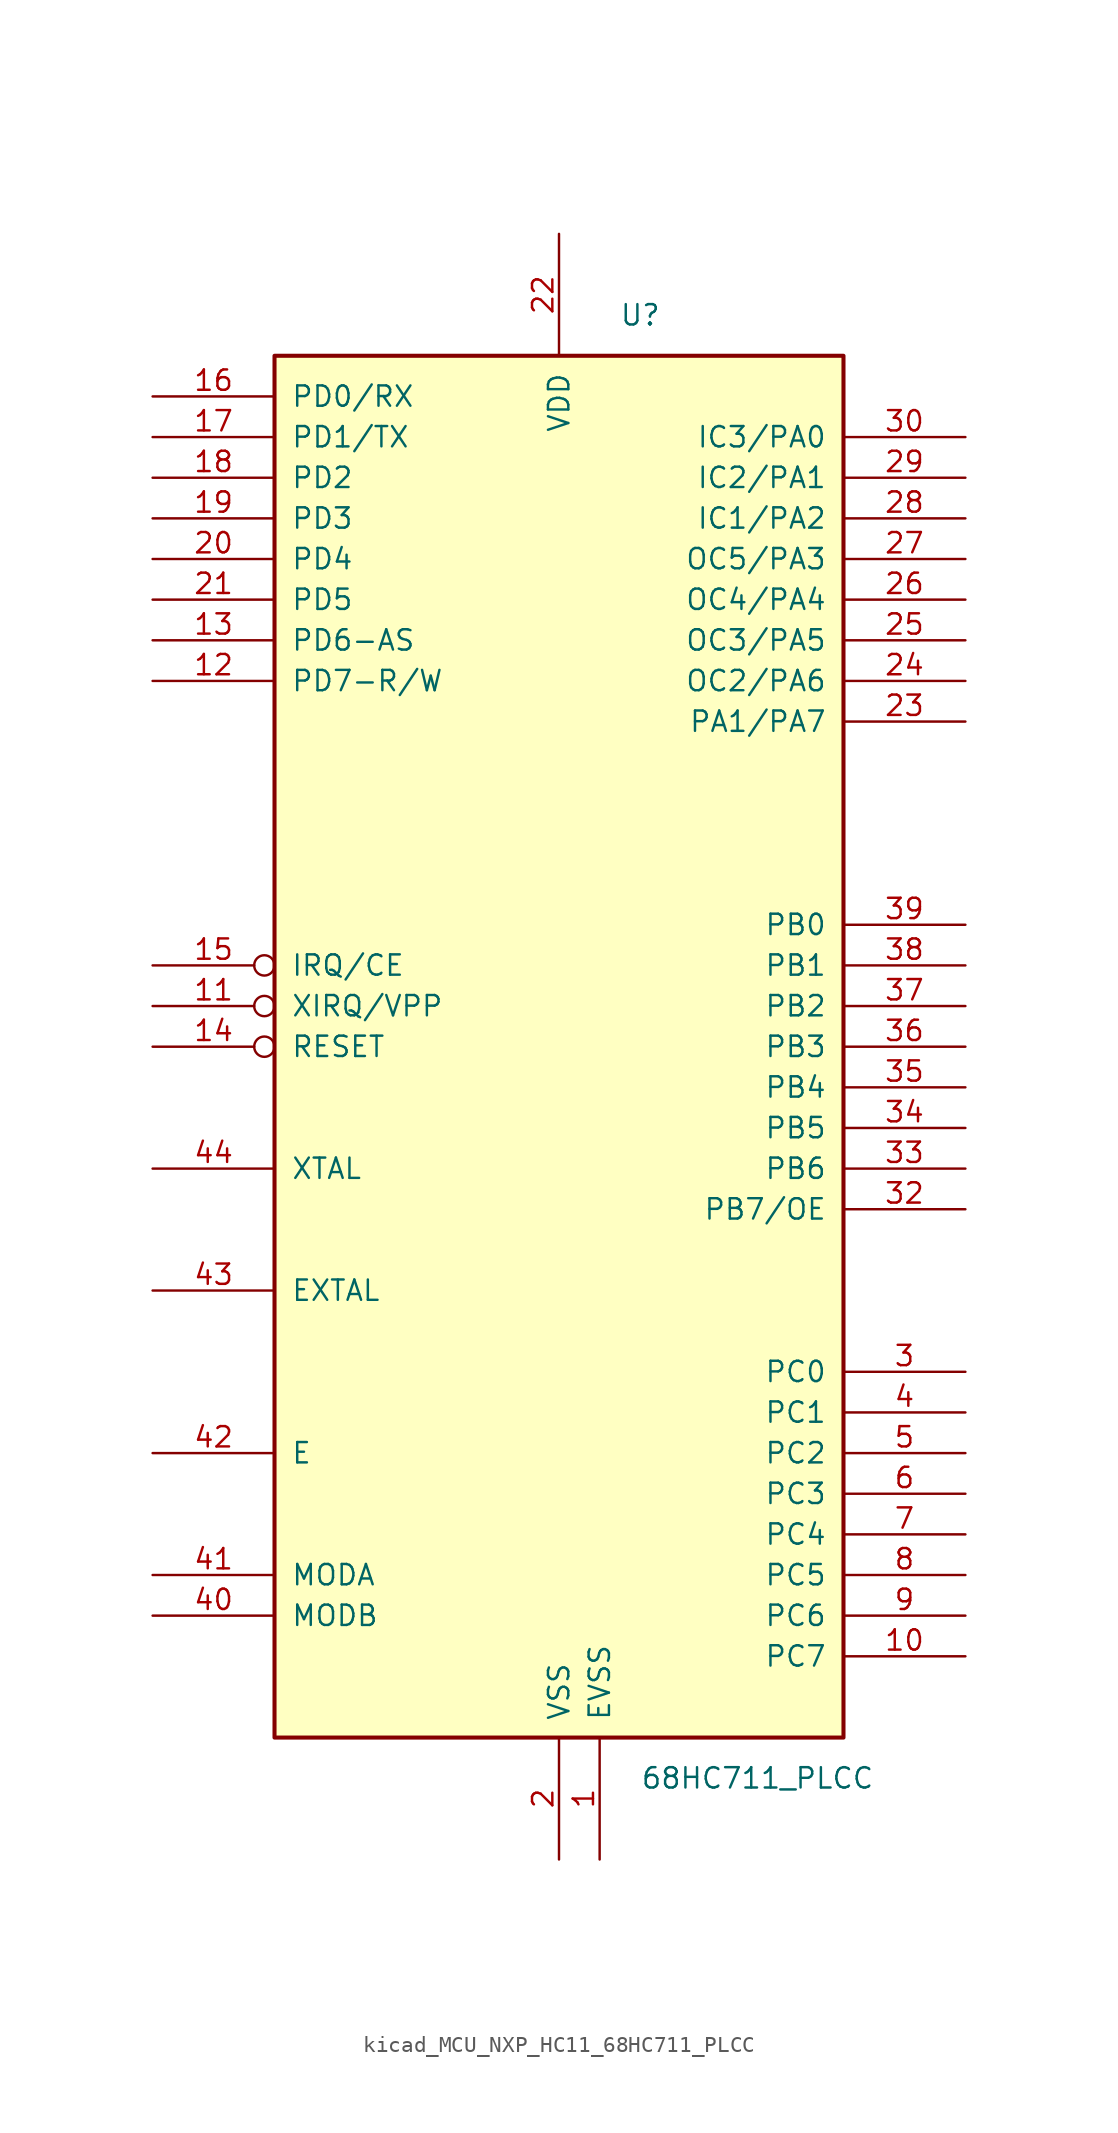
<source format=kicad_sym>
(kicad_symbol_lib
  (version 20220914)
  (generator kicad_symbol_editor)
  (symbol "kicad_MCU_NXP_HC11_68HC711_PLCC"
    (pin_names
      (offset 1.016))
    (property "Reference" "U"
      (at 5.08 45.72 0)
      (effects (font (size 1.27 1.27))))
    (property "Value" "68HC711_PLCC"
      (at 5.08 -45.72 0)
      (effects (font (size 1.27 1.27)) (justify left)))
    (symbol "kicad_MCU_NXP_HC11_68HC711_PLCC_0_1"
      (rectangle (start -17.78 -43.18) (end 17.78 43.18) (stroke (width 0.254) (type default)) (fill (type background))))
    (symbol "kicad_MCU_NXP_HC11_68HC711_PLCC_1_1"
      (pin power_in line (at 2.54 -50.8 90) (length 7.62) (name "EVSS" (effects (font (size 1.27 1.27)))) (number "1" (effects (font (size 1.27 1.27)))))
      (pin input line (at 25.4 -38.1 180) (length 7.62) (name "PC7" (effects (font (size 1.27 1.27)))) (number "10" (effects (font (size 1.27 1.27)))))
      (pin input inverted (at -25.4 2.54 0) (length 7.62) (name "XIRQ/VPP" (effects (font (size 1.27 1.27)))) (number "11" (effects (font (size 1.27 1.27)))))
      (pin output line (at -25.4 22.86 0) (length 7.62) (name "PD7-R/W" (effects (font (size 1.27 1.27)))) (number "12" (effects (font (size 1.27 1.27)))))
      (pin input line (at -25.4 25.4 0) (length 7.62) (name "PD6-AS" (effects (font (size 1.27 1.27)))) (number "13" (effects (font (size 1.27 1.27)))))
      (pin input inverted (at -25.4 0 0) (length 7.62) (name "RESET" (effects (font (size 1.27 1.27)))) (number "14" (effects (font (size 1.27 1.27)))))
      (pin input inverted (at -25.4 5.08 0) (length 7.62) (name "IRQ/CE" (effects (font (size 1.27 1.27)))) (number "15" (effects (font (size 1.27 1.27)))))
      (pin input line (at -25.4 40.64 0) (length 7.62) (name "PD0/RX" (effects (font (size 1.27 1.27)))) (number "16" (effects (font (size 1.27 1.27)))))
      (pin input line (at -25.4 38.1 0) (length 7.62) (name "PD1/TX" (effects (font (size 1.27 1.27)))) (number "17" (effects (font (size 1.27 1.27)))))
      (pin input line (at -25.4 35.56 0) (length 7.62) (name "PD2" (effects (font (size 1.27 1.27)))) (number "18" (effects (font (size 1.27 1.27)))))
      (pin input line (at -25.4 33.02 0) (length 7.62) (name "PD3" (effects (font (size 1.27 1.27)))) (number "19" (effects (font (size 1.27 1.27)))))
      (pin power_in line (at 0 -50.8 90) (length 7.62) (name "VSS" (effects (font (size 1.27 1.27)))) (number "2" (effects (font (size 1.27 1.27)))))
      (pin input line (at -25.4 30.48 0) (length 7.62) (name "PD4" (effects (font (size 1.27 1.27)))) (number "20" (effects (font (size 1.27 1.27)))))
      (pin input line (at -25.4 27.94 0) (length 7.62) (name "PD5" (effects (font (size 1.27 1.27)))) (number "21" (effects (font (size 1.27 1.27)))))
      (pin power_in line (at 0 50.8 270) (length 7.62) (name "VDD" (effects (font (size 1.27 1.27)))) (number "22" (effects (font (size 1.27 1.27)))))
      (pin input line (at 25.4 20.32 180) (length 7.62) (name "PA1/PA7" (effects (font (size 1.27 1.27)))) (number "23" (effects (font (size 1.27 1.27)))))
      (pin output line (at 25.4 22.86 180) (length 7.62) (name "OC2/PA6" (effects (font (size 1.27 1.27)))) (number "24" (effects (font (size 1.27 1.27)))))
      (pin output line (at 25.4 25.4 180) (length 7.62) (name "OC3/PA5" (effects (font (size 1.27 1.27)))) (number "25" (effects (font (size 1.27 1.27)))))
      (pin output line (at 25.4 27.94 180) (length 7.62) (name "OC4/PA4" (effects (font (size 1.27 1.27)))) (number "26" (effects (font (size 1.27 1.27)))))
      (pin output line (at 25.4 30.48 180) (length 7.62) (name "OC5/PA3" (effects (font (size 1.27 1.27)))) (number "27" (effects (font (size 1.27 1.27)))))
      (pin input line (at 25.4 33.02 180) (length 7.62) (name "IC1/PA2" (effects (font (size 1.27 1.27)))) (number "28" (effects (font (size 1.27 1.27)))))
      (pin input line (at 25.4 35.56 180) (length 7.62) (name "IC2/PA1" (effects (font (size 1.27 1.27)))) (number "29" (effects (font (size 1.27 1.27)))))
      (pin input line (at 25.4 -20.32 180) (length 7.62) (name "PC0" (effects (font (size 1.27 1.27)))) (number "3" (effects (font (size 1.27 1.27)))))
      (pin input line (at 25.4 38.1 180) (length 7.62) (name "IC3/PA0" (effects (font (size 1.27 1.27)))) (number "30" (effects (font (size 1.27 1.27)))))
      (pin output line (at 25.4 -10.16 180) (length 7.62) (name "PB7/OE" (effects (font (size 1.27 1.27)))) (number "32" (effects (font (size 1.27 1.27)))))
      (pin output line (at 25.4 -7.62 180) (length 7.62) (name "PB6" (effects (font (size 1.27 1.27)))) (number "33" (effects (font (size 1.27 1.27)))))
      (pin output line (at 25.4 -5.08 180) (length 7.62) (name "PB5" (effects (font (size 1.27 1.27)))) (number "34" (effects (font (size 1.27 1.27)))))
      (pin output line (at 25.4 -2.54 180) (length 7.62) (name "PB4" (effects (font (size 1.27 1.27)))) (number "35" (effects (font (size 1.27 1.27)))))
      (pin output line (at 25.4 0 180) (length 7.62) (name "PB3" (effects (font (size 1.27 1.27)))) (number "36" (effects (font (size 1.27 1.27)))))
      (pin output line (at 25.4 2.54 180) (length 7.62) (name "PB2" (effects (font (size 1.27 1.27)))) (number "37" (effects (font (size 1.27 1.27)))))
      (pin output line (at 25.4 5.08 180) (length 7.62) (name "PB1" (effects (font (size 1.27 1.27)))) (number "38" (effects (font (size 1.27 1.27)))))
      (pin output line (at 25.4 7.62 180) (length 7.62) (name "PB0" (effects (font (size 1.27 1.27)))) (number "39" (effects (font (size 1.27 1.27)))))
      (pin input line (at 25.4 -22.86 180) (length 7.62) (name "PC1" (effects (font (size 1.27 1.27)))) (number "4" (effects (font (size 1.27 1.27)))))
      (pin input line (at -25.4 -35.56 0) (length 7.62) (name "MODB" (effects (font (size 1.27 1.27)))) (number "40" (effects (font (size 1.27 1.27)))))
      (pin input line (at -25.4 -33.02 0) (length 7.62) (name "MODA" (effects (font (size 1.27 1.27)))) (number "41" (effects (font (size 1.27 1.27)))))
      (pin output line (at -25.4 -25.4 0) (length 7.62) (name "E" (effects (font (size 1.27 1.27)))) (number "42" (effects (font (size 1.27 1.27)))))
      (pin input line (at -25.4 -15.24 0) (length 7.62) (name "EXTAL" (effects (font (size 1.27 1.27)))) (number "43" (effects (font (size 1.27 1.27)))))
      (pin output line (at -25.4 -7.62 0) (length 7.62) (name "XTAL" (effects (font (size 1.27 1.27)))) (number "44" (effects (font (size 1.27 1.27)))))
      (pin input line (at 25.4 -25.4 180) (length 7.62) (name "PC2" (effects (font (size 1.27 1.27)))) (number "5" (effects (font (size 1.27 1.27)))))
      (pin input line (at 25.4 -27.94 180) (length 7.62) (name "PC3" (effects (font (size 1.27 1.27)))) (number "6" (effects (font (size 1.27 1.27)))))
      (pin input line (at 25.4 -30.48 180) (length 7.62) (name "PC4" (effects (font (size 1.27 1.27)))) (number "7" (effects (font (size 1.27 1.27)))))
      (pin input line (at 25.4 -33.02 180) (length 7.62) (name "PC5" (effects (font (size 1.27 1.27)))) (number "8" (effects (font (size 1.27 1.27)))))
      (pin input line (at 25.4 -35.56 180) (length 7.62) (name "PC6" (effects (font (size 1.27 1.27)))) (number "9" (effects (font (size 1.27 1.27))))))))
</source>
